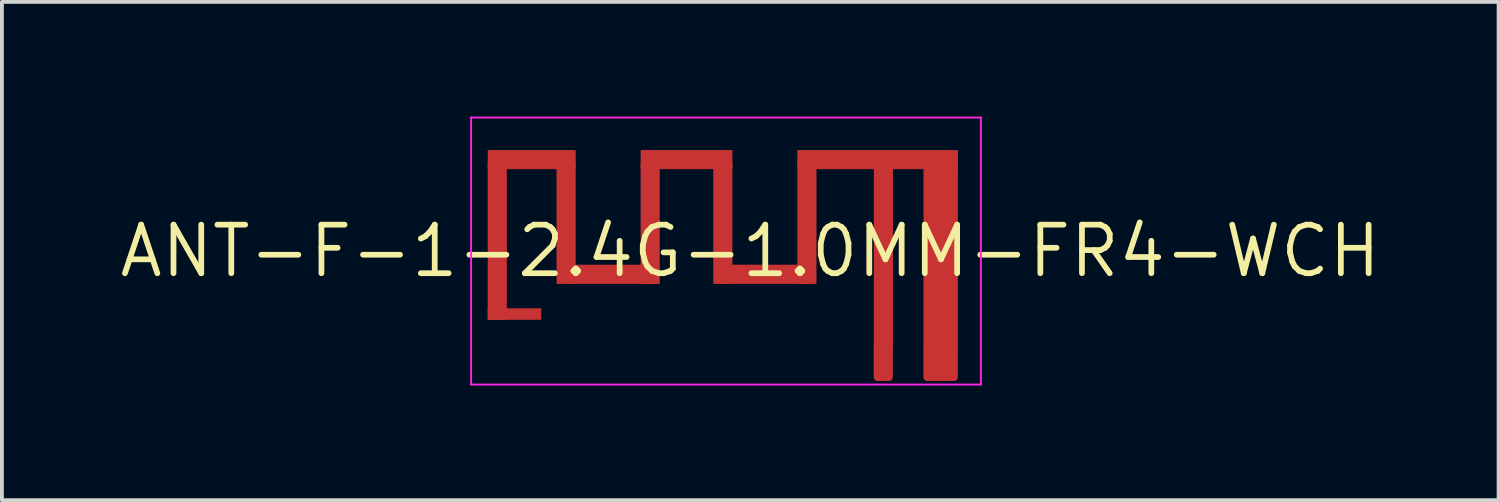
<source format=kicad_pcb>
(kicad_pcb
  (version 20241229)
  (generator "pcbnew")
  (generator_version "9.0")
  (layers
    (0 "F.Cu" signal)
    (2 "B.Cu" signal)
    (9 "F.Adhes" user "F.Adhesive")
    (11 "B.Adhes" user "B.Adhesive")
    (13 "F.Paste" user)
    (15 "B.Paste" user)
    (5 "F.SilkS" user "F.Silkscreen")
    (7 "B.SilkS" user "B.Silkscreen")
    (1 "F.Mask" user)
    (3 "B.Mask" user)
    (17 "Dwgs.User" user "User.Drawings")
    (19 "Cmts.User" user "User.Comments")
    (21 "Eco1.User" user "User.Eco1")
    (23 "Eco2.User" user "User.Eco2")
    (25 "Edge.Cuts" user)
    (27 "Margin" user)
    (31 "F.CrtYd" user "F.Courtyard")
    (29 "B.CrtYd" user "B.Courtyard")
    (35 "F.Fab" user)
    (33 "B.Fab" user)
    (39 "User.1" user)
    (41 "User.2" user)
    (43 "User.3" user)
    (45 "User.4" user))
  (footprint "ANT-F-1-2.4G-1.0MM-FR4-WCH"
    (layer "F.Cu")
    (at 15.943 3.518)
    (property "Reference" "ANT-F-1-2.4G-1.0MM-FR4-WCH" (at 0.635 0 0) (layer "F.SilkS") (effects (font (size 1.27 1.27) (thickness 0.15))))
    (attr exclude_from_pos_files exclude_from_bom allow_soldermask_bridges)
    (fp_poly (pts (xy -5.733 -2.322) (xy -6.233 -2.322) (xy -6.233 1.798) (xy -5.733 1.798)) (stroke (width 0) (type solid)) (fill yes) (layer "F.Cu"))
    (fp_poly (pts (xy -4.833 1.498) (xy -6.233 1.498) (xy -6.233 1.798) (xy -4.833 1.798)) (stroke (width 0) (type solid)) (fill yes) (layer "F.Cu"))
    (fp_poly (pts (xy -3.933 -2.322) (xy -4.433 -2.322) (xy -4.433 0.858) (xy -3.933 0.858)) (stroke (width 0) (type solid)) (fill yes) (layer "F.Cu"))
    (fp_poly (pts (xy -3.932 -2.642) (xy -6.232 -2.642) (xy -6.232 -2.142) (xy -3.932 -2.142)) (stroke (width 0) (type solid)) (fill yes) (layer "F.Cu"))
    (fp_poly (pts (xy -1.747 0.358) (xy -4.236 0.358) (xy -4.236 0.858) (xy -1.747 0.858)) (stroke (width 0) (type solid)) (fill yes) (layer "F.Cu"))
    (fp_poly (pts (xy -1.733 -2.322) (xy -2.233 -2.322) (xy -2.233 0.858) (xy -1.733 0.858)) (stroke (width 0) (type solid)) (fill yes) (layer "F.Cu"))
    (fp_poly (pts (xy 0.168 -2.322) (xy -0.333 -2.322) (xy -0.333 0.857) (xy 0.168 0.857)) (stroke (width 0) (type solid)) (fill yes) (layer "F.Cu"))
    (fp_poly (pts (xy 0.168 -2.642) (xy -2.232 -2.642) (xy -2.232 -2.142) (xy 0.168 -2.142)) (stroke (width 0) (type solid)) (fill yes) (layer "F.Cu"))
    (fp_poly (pts (xy 2.277 0.357) (xy -0.263 0.357) (xy -0.263 0.858) (xy 2.277 0.858)) (stroke (width 0) (type solid)) (fill yes) (layer "F.Cu"))
    (fp_poly (pts (xy 2.368 -2.322) (xy 1.868 -2.322) (xy 1.868 0.858) (xy 2.368 0.858)) (stroke (width 0) (type solid)) (fill yes) (layer "F.Cu"))
    (fp_poly (pts (xy 4.368 -2.373) (xy 3.868 -2.373) (xy 3.868 2.507) (xy 4.368 2.507)) (stroke (width 0) (type solid)) (fill yes) (layer "F.Cu"))
    (fp_poly (pts (xy 6.067 -2.348) (xy 5.167 -2.348) (xy 5.167 2.507) (xy 6.067 2.507)) (stroke (width 0) (type solid)) (fill yes) (layer "F.Cu"))
    (fp_poly (pts (xy 6.068 -2.642) (xy 1.868 -2.642) (xy 1.868 -2.142) (xy 6.068 -2.142)) (stroke (width 0) (type solid)) (fill yes) (layer "F.Cu"))
    (fp_poly (pts (xy -5.733 -2.322) (xy -6.232 -2.322) (xy -6.232 1.798) (xy -5.733 1.798)) (stroke (width 0) (type solid)) (fill yes) (layer "F.Mask"))
    (fp_poly (pts (xy -4.833 1.498) (xy -6.233 1.498) (xy -6.233 1.798) (xy -4.833 1.798)) (stroke (width 0) (type solid)) (fill yes) (layer "F.Mask"))
    (fp_poly (pts (xy -3.933 -2.322) (xy -4.433 -2.322) (xy -4.433 0.858) (xy -3.933 0.858)) (stroke (width 0) (type solid)) (fill yes) (layer "F.Mask"))
    (fp_poly (pts (xy -3.932 -2.642) (xy -6.232 -2.642) (xy -6.232 -2.142) (xy -3.932 -2.142)) (stroke (width 0) (type solid)) (fill yes) (layer "F.Mask"))
    (fp_poly (pts (xy -1.747 0.358) (xy -4.236 0.358) (xy -4.236 0.858) (xy -1.747 0.858)) (stroke (width 0) (type solid)) (fill yes) (layer "F.Mask"))
    (fp_poly (pts (xy -1.733 -2.322) (xy -2.233 -2.322) (xy -2.233 0.858) (xy -1.733 0.858)) (stroke (width 0) (type solid)) (fill yes) (layer "F.Mask"))
    (fp_poly (pts (xy 0.168 -2.322) (xy -0.332 -2.322) (xy -0.332 0.858) (xy 0.168 0.858)) (stroke (width 0) (type solid)) (fill yes) (layer "F.Mask"))
    (fp_poly (pts (xy 0.168 -2.642) (xy -2.232 -2.642) (xy -2.232 -2.142) (xy 0.168 -2.142)) (stroke (width 0) (type solid)) (fill yes) (layer "F.Mask"))
    (fp_poly (pts (xy 2.277 0.357) (xy -0.263 0.357) (xy -0.263 0.858) (xy 2.277 0.858)) (stroke (width 0) (type solid)) (fill yes) (layer "F.Mask"))
    (fp_poly (pts (xy 2.368 -2.322) (xy 1.868 -2.322) (xy 1.868 0.857) (xy 2.368 0.857)) (stroke (width 0) (type solid)) (fill yes) (layer "F.Mask"))
    (fp_poly (pts (xy 4.368 -2.373) (xy 3.868 -2.373) (xy 3.868 2.507) (xy 4.368 2.507)) (stroke (width 0) (type solid)) (fill yes) (layer "F.Mask"))
    (fp_poly (pts (xy 6.067 -2.348) (xy 5.167 -2.348) (xy 5.167 2.507) (xy 6.067 2.507)) (stroke (width 0) (type solid)) (fill yes) (layer "F.Mask"))
    (fp_poly (pts (xy 6.068 -2.642) (xy 1.868 -2.642) (xy 1.868 -2.142) (xy 6.068 -2.142)) (stroke (width 0) (type solid)) (fill yes) (layer "F.Mask"))
    (fp_line (start -6.668 -3.493) (end -6.668 3.493) (stroke (width 0.05) (type solid)) (layer "F.CrtYd"))
    (fp_line (start -6.668 3.493) (end 6.668 3.493) (stroke (width 0.05) (type solid)) (layer "F.CrtYd"))
    (fp_line (start 6.668 -3.493) (end -6.668 -3.493) (stroke (width 0.05) (type solid)) (layer "F.CrtYd"))
    (fp_line (start 6.668 3.493) (end 6.668 -3.493) (stroke (width 0.05) (type solid)) (layer "F.CrtYd"))
    (pad "1" smd roundrect (at 4.115 2.9 180) (size 0.5 1) (layers "F.Cu" "F.Mask" "F.Paste") (roundrect_rratio 0.2))
    (pad "2" smd roundrect (at 5.616 2.9 180) (size 0.9 1) (layers "F.Cu" "F.Mask" "F.Paste") (roundrect_rratio 0.111)))
  (gr_rect
    (start -3 -3)
    (end 36.156 10.035)
    (stroke (width 0.1) (type default))
    (fill no)
    (layer "Edge.Cuts")))
</source>
